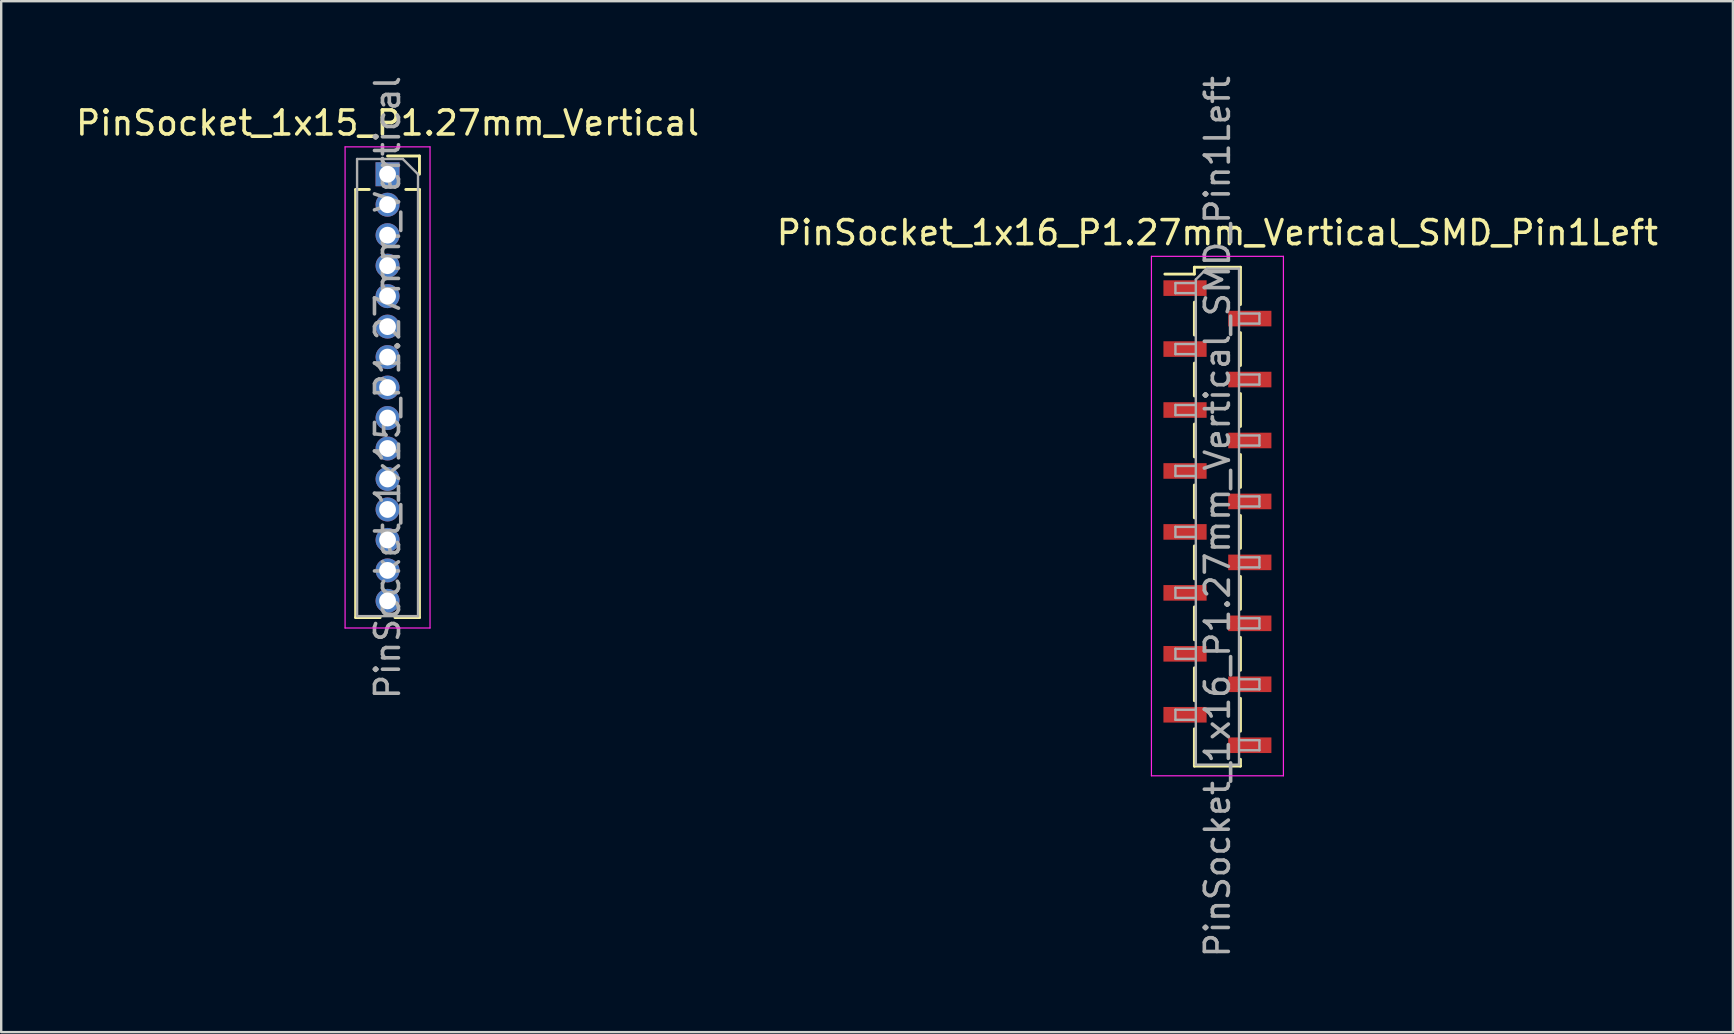
<source format=kicad_pcb>
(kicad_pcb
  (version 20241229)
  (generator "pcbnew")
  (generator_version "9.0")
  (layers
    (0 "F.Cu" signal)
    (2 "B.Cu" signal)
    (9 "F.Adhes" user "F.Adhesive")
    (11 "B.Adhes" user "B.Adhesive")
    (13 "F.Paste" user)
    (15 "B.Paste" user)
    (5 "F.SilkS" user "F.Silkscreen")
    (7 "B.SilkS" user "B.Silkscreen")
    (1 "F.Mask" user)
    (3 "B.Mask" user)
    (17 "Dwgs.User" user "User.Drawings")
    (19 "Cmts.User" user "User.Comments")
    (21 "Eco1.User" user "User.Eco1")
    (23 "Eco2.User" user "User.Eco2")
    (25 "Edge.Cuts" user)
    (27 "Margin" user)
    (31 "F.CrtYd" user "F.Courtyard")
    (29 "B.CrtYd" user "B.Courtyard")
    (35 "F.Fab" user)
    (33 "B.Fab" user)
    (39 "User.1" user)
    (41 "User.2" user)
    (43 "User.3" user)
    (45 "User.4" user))
  (footprint "PinSocket_1x15_P1.27mm_Vertical"
    (layer "F.Cu")
    (at 13.101 4.211)
    (property "Reference" "PinSocket_1x15_P1.27mm_Vertical" (at 0 -2.135 0) (layer "F.SilkS") (effects (font (size 1 1) (thickness 0.15))))
    (attr through_hole)
    (fp_line (start -1.33 0.635) (end -1.33 18.475) (stroke (width 0.12) (type solid)) (layer "F.SilkS"))
    (fp_line (start -1.33 0.635) (end -0.76 0.635) (stroke (width 0.12) (type solid)) (layer "F.SilkS"))
    (fp_line (start -1.33 18.475) (end -0.308 18.475) (stroke (width 0.12) (type solid)) (layer "F.SilkS"))
    (fp_line (start 0 -0.76) (end 1.33 -0.76) (stroke (width 0.12) (type solid)) (layer "F.SilkS"))
    (fp_line (start 0.308 18.475) (end 1.33 18.475) (stroke (width 0.12) (type solid)) (layer "F.SilkS"))
    (fp_line (start 0.76 0.635) (end 1.33 0.635) (stroke (width 0.12) (type solid)) (layer "F.SilkS"))
    (fp_line (start 1.33 -0.76) (end 1.33 0) (stroke (width 0.12) (type solid)) (layer "F.SilkS"))
    (fp_line (start 1.33 0.635) (end 1.33 18.475) (stroke (width 0.12) (type solid)) (layer "F.SilkS"))
    (fp_line (start -1.77 -1.14) (end 1.77 -1.14) (stroke (width 0.05) (type solid)) (layer "F.CrtYd"))
    (fp_line (start -1.77 18.91) (end -1.77 -1.14) (stroke (width 0.05) (type solid)) (layer "F.CrtYd"))
    (fp_line (start 1.77 -1.14) (end 1.77 18.91) (stroke (width 0.05) (type solid)) (layer "F.CrtYd"))
    (fp_line (start 1.77 18.91) (end -1.77 18.91) (stroke (width 0.05) (type solid)) (layer "F.CrtYd"))
    (fp_line (start -1.27 -0.635) (end 0.635 -0.635) (stroke (width 0.1) (type solid)) (layer "F.Fab"))
    (fp_line (start -1.27 18.415) (end -1.27 -0.635) (stroke (width 0.1) (type solid)) (layer "F.Fab"))
    (fp_line (start 0.635 -0.635) (end 1.27 0) (stroke (width 0.1) (type solid)) (layer "F.Fab"))
    (fp_line (start 1.27 0) (end 1.27 18.415) (stroke (width 0.1) (type solid)) (layer "F.Fab"))
    (fp_line (start 1.27 18.415) (end -1.27 18.415) (stroke (width 0.1) (type solid)) (layer "F.Fab"))
    (fp_text user "${REFERENCE}" (at 0 8.89 90) (layer "F.Fab") (effects (font (size 1 1) (thickness 0.15))))
    (pad "1" thru_hole rect (at 0 0) (size 1 1) (drill 0.7) (layers "*.Cu" "*.Mask"))
    (pad "2" thru_hole circle (at 0 1.27) (size 1 1) (drill 0.7) (layers "*.Cu" "*.Mask"))
    (pad "3" thru_hole circle (at 0 2.54) (size 1 1) (drill 0.7) (layers "*.Cu" "*.Mask"))
    (pad "4" thru_hole circle (at 0 3.81) (size 1 1) (drill 0.7) (layers "*.Cu" "*.Mask"))
    (pad "5" thru_hole circle (at 0 5.08) (size 1 1) (drill 0.7) (layers "*.Cu" "*.Mask"))
    (pad "6" thru_hole circle (at 0 6.35) (size 1 1) (drill 0.7) (layers "*.Cu" "*.Mask"))
    (pad "7" thru_hole circle (at 0 7.62) (size 1 1) (drill 0.7) (layers "*.Cu" "*.Mask"))
    (pad "8" thru_hole circle (at 0 8.89) (size 1 1) (drill 0.7) (layers "*.Cu" "*.Mask"))
    (pad "9" thru_hole circle (at 0 10.16) (size 1 1) (drill 0.7) (layers "*.Cu" "*.Mask"))
    (pad "10" thru_hole circle (at 0 11.43) (size 1 1) (drill 0.7) (layers "*.Cu" "*.Mask"))
    (pad "11" thru_hole circle (at 0 12.7) (size 1 1) (drill 0.7) (layers "*.Cu" "*.Mask"))
    (pad "12" thru_hole circle (at 0 13.97) (size 1 1) (drill 0.7) (layers "*.Cu" "*.Mask"))
    (pad "13" thru_hole circle (at 0 15.24) (size 1 1) (drill 0.7) (layers "*.Cu" "*.Mask"))
    (pad "14" thru_hole circle (at 0 16.51) (size 1 1) (drill 0.7) (layers "*.Cu" "*.Mask"))
    (pad "15" thru_hole circle (at 0 17.78) (size 1 1) (drill 0.7) (layers "*.Cu" "*.Mask")))
  (footprint "PinSocket_1x16_P1.27mm_Vertical_SMD_Pin1Left"
    (layer "F.Cu")
    (at 47.685 18.482)
    (property "Reference" "PinSocket_1x16_P1.27mm_Vertical_SMD_Pin1Left" (at 0 -11.835 0) (layer "F.SilkS") (effects (font (size 1 1) (thickness 0.15))))
    (attr smd)
    (fp_line (start -2.19 -10.11) (end -0.96 -10.11) (stroke (width 0.12) (type solid)) (layer "F.SilkS"))
    (fp_line (start -0.96 -10.395) (end -0.96 -10.11) (stroke (width 0.12) (type solid)) (layer "F.SilkS"))
    (fp_line (start -0.96 -10.395) (end 0.96 -10.395) (stroke (width 0.12) (type solid)) (layer "F.SilkS"))
    (fp_line (start -0.96 -8.94) (end -0.96 -7.57) (stroke (width 0.12) (type solid)) (layer "F.SilkS"))
    (fp_line (start -0.96 -6.4) (end -0.96 -5.03) (stroke (width 0.12) (type solid)) (layer "F.SilkS"))
    (fp_line (start -0.96 -3.86) (end -0.96 -2.49) (stroke (width 0.12) (type solid)) (layer "F.SilkS"))
    (fp_line (start -0.96 -1.32) (end -0.96 0.05) (stroke (width 0.12) (type solid)) (layer "F.SilkS"))
    (fp_line (start -0.96 1.22) (end -0.96 2.59) (stroke (width 0.12) (type solid)) (layer "F.SilkS"))
    (fp_line (start -0.96 3.76) (end -0.96 5.13) (stroke (width 0.12) (type solid)) (layer "F.SilkS"))
    (fp_line (start -0.96 6.3) (end -0.96 7.67) (stroke (width 0.12) (type solid)) (layer "F.SilkS"))
    (fp_line (start -0.96 8.84) (end -0.96 10.395) (stroke (width 0.12) (type solid)) (layer "F.SilkS"))
    (fp_line (start -0.96 10.395) (end 0.96 10.395) (stroke (width 0.12) (type solid)) (layer "F.SilkS"))
    (fp_line (start 0.96 -10.395) (end 0.96 -8.84) (stroke (width 0.12) (type solid)) (layer "F.SilkS"))
    (fp_line (start 0.96 -7.67) (end 0.96 -6.3) (stroke (width 0.12) (type solid)) (layer "F.SilkS"))
    (fp_line (start 0.96 -5.13) (end 0.96 -3.76) (stroke (width 0.12) (type solid)) (layer "F.SilkS"))
    (fp_line (start 0.96 -2.59) (end 0.96 -1.22) (stroke (width 0.12) (type solid)) (layer "F.SilkS"))
    (fp_line (start 0.96 -0.05) (end 0.96 1.32) (stroke (width 0.12) (type solid)) (layer "F.SilkS"))
    (fp_line (start 0.96 2.49) (end 0.96 3.86) (stroke (width 0.12) (type solid)) (layer "F.SilkS"))
    (fp_line (start 0.96 5.03) (end 0.96 6.4) (stroke (width 0.12) (type solid)) (layer "F.SilkS"))
    (fp_line (start 0.96 7.57) (end 0.96 8.94) (stroke (width 0.12) (type solid)) (layer "F.SilkS"))
    (fp_line (start 0.96 10.11) (end 0.96 10.395) (stroke (width 0.12) (type solid)) (layer "F.SilkS"))
    (fp_line (start -2.75 -10.85) (end 2.75 -10.85) (stroke (width 0.05) (type solid)) (layer "F.CrtYd"))
    (fp_line (start -2.75 10.8) (end -2.75 -10.85) (stroke (width 0.05) (type solid)) (layer "F.CrtYd"))
    (fp_line (start 2.75 -10.85) (end 2.75 10.8) (stroke (width 0.05) (type solid)) (layer "F.CrtYd"))
    (fp_line (start 2.75 10.8) (end -2.75 10.8) (stroke (width 0.05) (type solid)) (layer "F.CrtYd"))
    (fp_line (start -1.75 -9.735) (end -0.9 -9.735) (stroke (width 0.1) (type solid)) (layer "F.Fab"))
    (fp_line (start -1.75 -9.315) (end -1.75 -9.735) (stroke (width 0.1) (type solid)) (layer "F.Fab"))
    (fp_line (start -1.75 -7.195) (end -0.9 -7.195) (stroke (width 0.1) (type solid)) (layer "F.Fab"))
    (fp_line (start -1.75 -6.775) (end -1.75 -7.195) (stroke (width 0.1) (type solid)) (layer "F.Fab"))
    (fp_line (start -1.75 -4.655) (end -0.9 -4.655) (stroke (width 0.1) (type solid)) (layer "F.Fab"))
    (fp_line (start -1.75 -4.235) (end -1.75 -4.655) (stroke (width 0.1) (type solid)) (layer "F.Fab"))
    (fp_line (start -1.75 -2.115) (end -0.9 -2.115) (stroke (width 0.1) (type solid)) (layer "F.Fab"))
    (fp_line (start -1.75 -1.695) (end -1.75 -2.115) (stroke (width 0.1) (type solid)) (layer "F.Fab"))
    (fp_line (start -1.75 0.425) (end -0.9 0.425) (stroke (width 0.1) (type solid)) (layer "F.Fab"))
    (fp_line (start -1.75 0.845) (end -1.75 0.425) (stroke (width 0.1) (type solid)) (layer "F.Fab"))
    (fp_line (start -1.75 2.965) (end -0.9 2.965) (stroke (width 0.1) (type solid)) (layer "F.Fab"))
    (fp_line (start -1.75 3.385) (end -1.75 2.965) (stroke (width 0.1) (type solid)) (layer "F.Fab"))
    (fp_line (start -1.75 5.505) (end -0.9 5.505) (stroke (width 0.1) (type solid)) (layer "F.Fab"))
    (fp_line (start -1.75 5.925) (end -1.75 5.505) (stroke (width 0.1) (type solid)) (layer "F.Fab"))
    (fp_line (start -1.75 8.045) (end -0.9 8.045) (stroke (width 0.1) (type solid)) (layer "F.Fab"))
    (fp_line (start -1.75 8.465) (end -1.75 8.045) (stroke (width 0.1) (type solid)) (layer "F.Fab"))
    (fp_line (start -0.9 -9.885) (end -0.45 -10.335) (stroke (width 0.1) (type solid)) (layer "F.Fab"))
    (fp_line (start -0.9 -9.315) (end -1.75 -9.315) (stroke (width 0.1) (type solid)) (layer "F.Fab"))
    (fp_line (start -0.9 -6.775) (end -1.75 -6.775) (stroke (width 0.1) (type solid)) (layer "F.Fab"))
    (fp_line (start -0.9 -4.235) (end -1.75 -4.235) (stroke (width 0.1) (type solid)) (layer "F.Fab"))
    (fp_line (start -0.9 -1.695) (end -1.75 -1.695) (stroke (width 0.1) (type solid)) (layer "F.Fab"))
    (fp_line (start -0.9 0.845) (end -1.75 0.845) (stroke (width 0.1) (type solid)) (layer "F.Fab"))
    (fp_line (start -0.9 3.385) (end -1.75 3.385) (stroke (width 0.1) (type solid)) (layer "F.Fab"))
    (fp_line (start -0.9 5.925) (end -1.75 5.925) (stroke (width 0.1) (type solid)) (layer "F.Fab"))
    (fp_line (start -0.9 8.465) (end -1.75 8.465) (stroke (width 0.1) (type solid)) (layer "F.Fab"))
    (fp_line (start -0.9 10.335) (end -0.9 -9.885) (stroke (width 0.1) (type solid)) (layer "F.Fab"))
    (fp_line (start -0.45 -10.335) (end 0.9 -10.335) (stroke (width 0.1) (type solid)) (layer "F.Fab"))
    (fp_line (start 0.9 -10.335) (end 0.9 10.335) (stroke (width 0.1) (type solid)) (layer "F.Fab"))
    (fp_line (start 0.9 -8.465) (end 1.75 -8.465) (stroke (width 0.1) (type solid)) (layer "F.Fab"))
    (fp_line (start 0.9 -5.925) (end 1.75 -5.925) (stroke (width 0.1) (type solid)) (layer "F.Fab"))
    (fp_line (start 0.9 -3.385) (end 1.75 -3.385) (stroke (width 0.1) (type solid)) (layer "F.Fab"))
    (fp_line (start 0.9 -0.845) (end 1.75 -0.845) (stroke (width 0.1) (type solid)) (layer "F.Fab"))
    (fp_line (start 0.9 1.695) (end 1.75 1.695) (stroke (width 0.1) (type solid)) (layer "F.Fab"))
    (fp_line (start 0.9 4.235) (end 1.75 4.235) (stroke (width 0.1) (type solid)) (layer "F.Fab"))
    (fp_line (start 0.9 6.775) (end 1.75 6.775) (stroke (width 0.1) (type solid)) (layer "F.Fab"))
    (fp_line (start 0.9 9.315) (end 1.75 9.315) (stroke (width 0.1) (type solid)) (layer "F.Fab"))
    (fp_line (start 0.9 10.335) (end -0.9 10.335) (stroke (width 0.1) (type solid)) (layer "F.Fab"))
    (fp_line (start 1.75 -8.465) (end 1.75 -8.045) (stroke (width 0.1) (type solid)) (layer "F.Fab"))
    (fp_line (start 1.75 -8.045) (end 0.9 -8.045) (stroke (width 0.1) (type solid)) (layer "F.Fab"))
    (fp_line (start 1.75 -5.925) (end 1.75 -5.505) (stroke (width 0.1) (type solid)) (layer "F.Fab"))
    (fp_line (start 1.75 -5.505) (end 0.9 -5.505) (stroke (width 0.1) (type solid)) (layer "F.Fab"))
    (fp_line (start 1.75 -3.385) (end 1.75 -2.965) (stroke (width 0.1) (type solid)) (layer "F.Fab"))
    (fp_line (start 1.75 -2.965) (end 0.9 -2.965) (stroke (width 0.1) (type solid)) (layer "F.Fab"))
    (fp_line (start 1.75 -0.845) (end 1.75 -0.425) (stroke (width 0.1) (type solid)) (layer "F.Fab"))
    (fp_line (start 1.75 -0.425) (end 0.9 -0.425) (stroke (width 0.1) (type solid)) (layer "F.Fab"))
    (fp_line (start 1.75 1.695) (end 1.75 2.115) (stroke (width 0.1) (type solid)) (layer "F.Fab"))
    (fp_line (start 1.75 2.115) (end 0.9 2.115) (stroke (width 0.1) (type solid)) (layer "F.Fab"))
    (fp_line (start 1.75 4.235) (end 1.75 4.655) (stroke (width 0.1) (type solid)) (layer "F.Fab"))
    (fp_line (start 1.75 4.655) (end 0.9 4.655) (stroke (width 0.1) (type solid)) (layer "F.Fab"))
    (fp_line (start 1.75 6.775) (end 1.75 7.195) (stroke (width 0.1) (type solid)) (layer "F.Fab"))
    (fp_line (start 1.75 7.195) (end 0.9 7.195) (stroke (width 0.1) (type solid)) (layer "F.Fab"))
    (fp_line (start 1.75 9.315) (end 1.75 9.735) (stroke (width 0.1) (type solid)) (layer "F.Fab"))
    (fp_line (start 1.75 9.735) (end 0.9 9.735) (stroke (width 0.1) (type solid)) (layer "F.Fab"))
    (fp_text user "${REFERENCE}" (at 0 0 90) (layer "F.Fab") (effects (font (size 1 1) (thickness 0.15))))
    (pad "1" smd rect (at -1.35 -9.525) (size 1.8 0.65) (layers "F.Cu" "F.Mask" "F.Paste"))
    (pad "2" smd rect (at 1.35 -8.255) (size 1.8 0.65) (layers "F.Cu" "F.Mask" "F.Paste"))
    (pad "3" smd rect (at -1.35 -6.985) (size 1.8 0.65) (layers "F.Cu" "F.Mask" "F.Paste"))
    (pad "4" smd rect (at 1.35 -5.715) (size 1.8 0.65) (layers "F.Cu" "F.Mask" "F.Paste"))
    (pad "5" smd rect (at -1.35 -4.445) (size 1.8 0.65) (layers "F.Cu" "F.Mask" "F.Paste"))
    (pad "6" smd rect (at 1.35 -3.175) (size 1.8 0.65) (layers "F.Cu" "F.Mask" "F.Paste"))
    (pad "7" smd rect (at -1.35 -1.905) (size 1.8 0.65) (layers "F.Cu" "F.Mask" "F.Paste"))
    (pad "8" smd rect (at 1.35 -0.635) (size 1.8 0.65) (layers "F.Cu" "F.Mask" "F.Paste"))
    (pad "9" smd rect (at -1.35 0.635) (size 1.8 0.65) (layers "F.Cu" "F.Mask" "F.Paste"))
    (pad "10" smd rect (at 1.35 1.905) (size 1.8 0.65) (layers "F.Cu" "F.Mask" "F.Paste"))
    (pad "11" smd rect (at -1.35 3.175) (size 1.8 0.65) (layers "F.Cu" "F.Mask" "F.Paste"))
    (pad "12" smd rect (at 1.35 4.445) (size 1.8 0.65) (layers "F.Cu" "F.Mask" "F.Paste"))
    (pad "13" smd rect (at -1.35 5.715) (size 1.8 0.65) (layers "F.Cu" "F.Mask" "F.Paste"))
    (pad "14" smd rect (at 1.35 6.985) (size 1.8 0.65) (layers "F.Cu" "F.Mask" "F.Paste"))
    (pad "15" smd rect (at -1.35 8.255) (size 1.8 0.65) (layers "F.Cu" "F.Mask" "F.Paste"))
    (pad "16" smd rect (at 1.35 9.525) (size 1.8 0.65) (layers "F.Cu" "F.Mask" "F.Paste")))
  (gr_rect
    (start -3 -3)
    (end 69.167 39.964)
    (stroke (width 0.1) (type default))
    (fill no)
    (layer "Edge.Cuts")))
</source>
